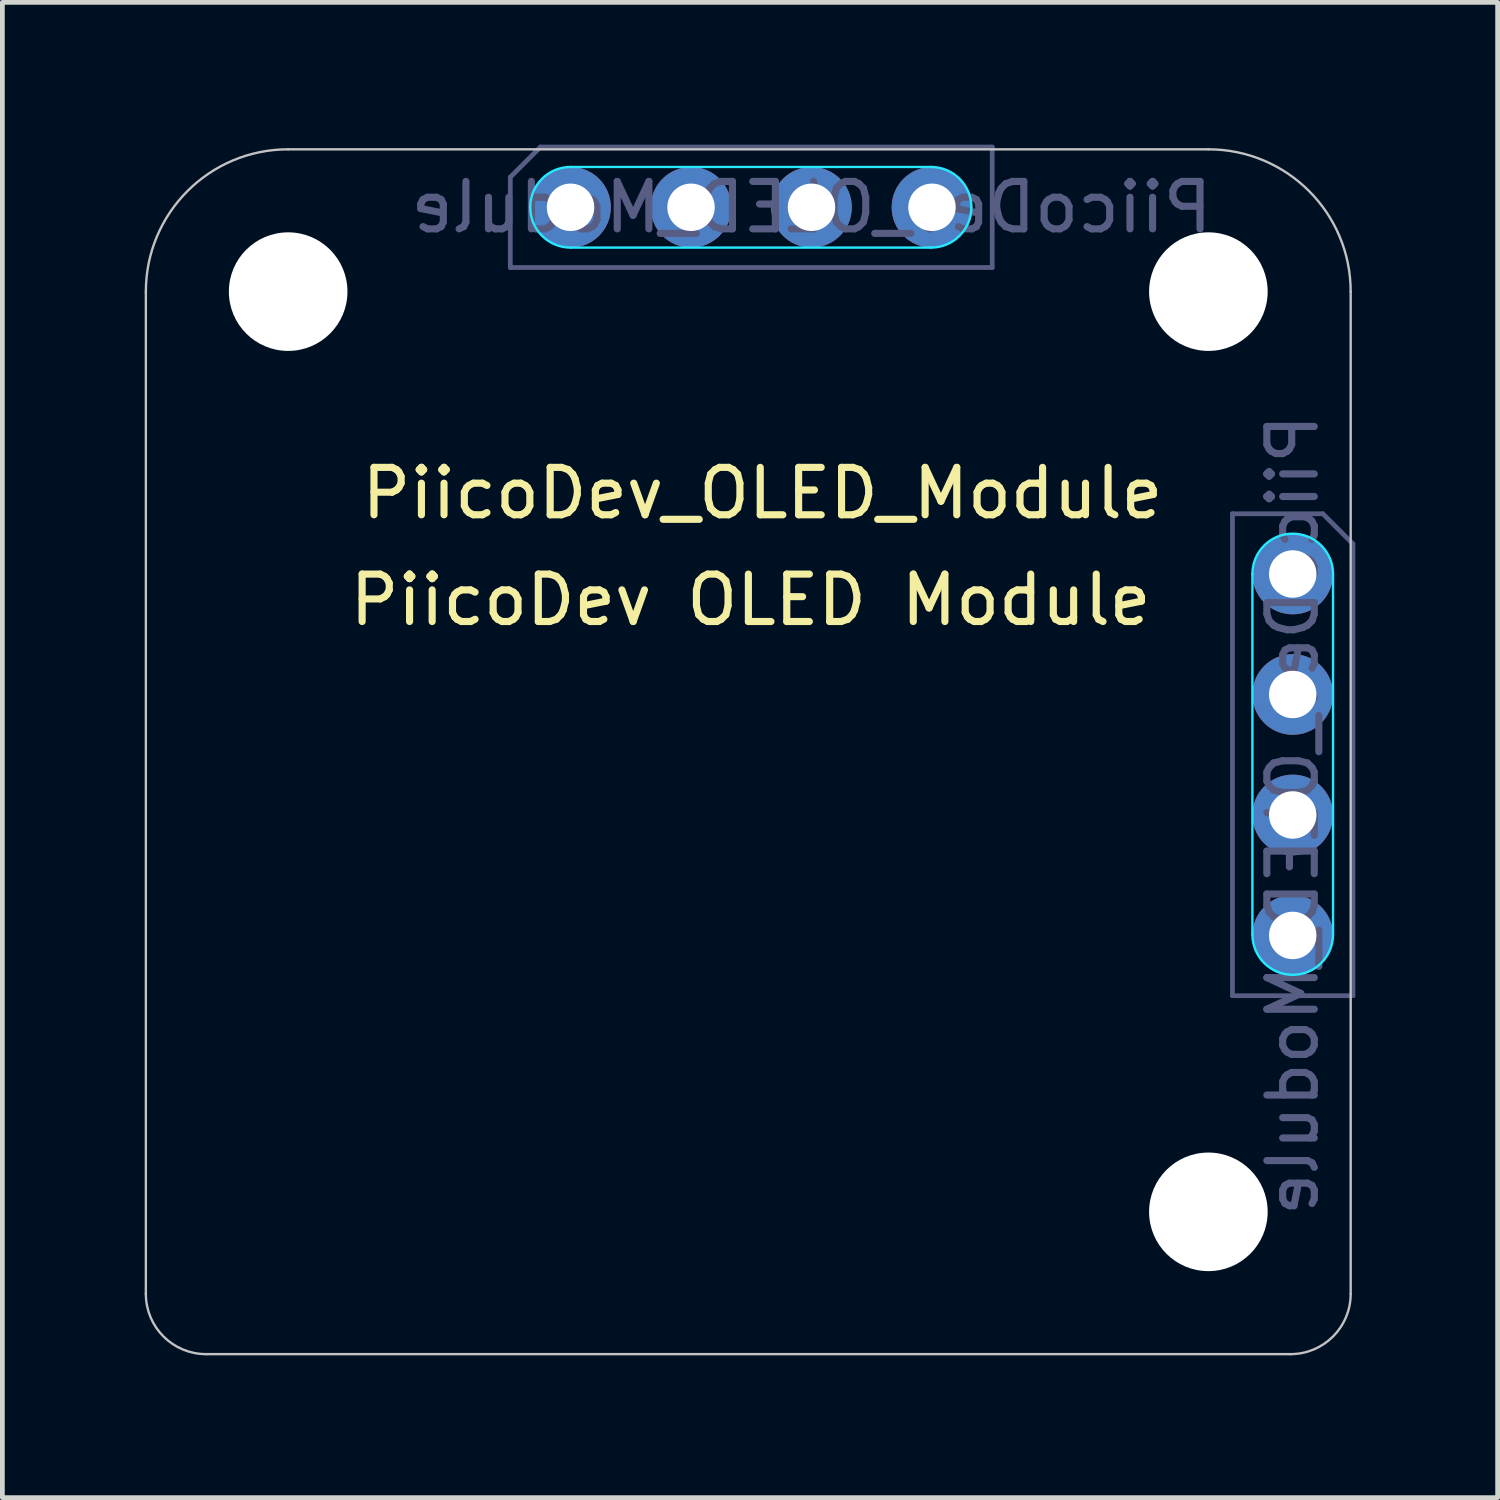
<source format=kicad_pcb>
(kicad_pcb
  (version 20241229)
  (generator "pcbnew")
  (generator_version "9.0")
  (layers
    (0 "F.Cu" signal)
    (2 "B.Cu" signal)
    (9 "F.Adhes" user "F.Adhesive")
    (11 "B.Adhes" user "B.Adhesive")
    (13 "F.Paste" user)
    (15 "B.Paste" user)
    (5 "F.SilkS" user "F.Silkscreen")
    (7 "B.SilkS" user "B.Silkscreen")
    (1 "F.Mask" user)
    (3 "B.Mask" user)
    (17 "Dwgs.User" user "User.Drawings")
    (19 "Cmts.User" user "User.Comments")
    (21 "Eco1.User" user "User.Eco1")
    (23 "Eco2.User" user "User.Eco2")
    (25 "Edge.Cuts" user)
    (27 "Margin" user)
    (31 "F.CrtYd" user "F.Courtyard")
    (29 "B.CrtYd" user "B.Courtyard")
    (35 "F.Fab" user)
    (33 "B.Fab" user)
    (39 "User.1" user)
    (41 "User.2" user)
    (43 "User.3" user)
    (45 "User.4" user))
  (footprint "PiicoDev_OLED_Module"
    (layer "F.Cu")
    (at 3.025 3.098)
    (property "Reference" "PiicoDev_OLED_Module" (at 10 4.25 0) (unlocked yes) (layer "F.SilkS") (effects (font (size 1 1) (thickness 0.15))))
    (attr through_hole)
    (fp_line (start -3 21.13) (end -3 -0.000001) (stroke (width 0.05) (type solid)) (layer "Dwgs.User"))
    (fp_line (start -0.000001 -3) (end 19.4 -3) (stroke (width 0.05) (type solid)) (layer "Dwgs.User"))
    (fp_line (start 21.13 22.4) (end -1.73 22.4) (stroke (width 0.05) (type solid)) (layer "Dwgs.User"))
    (fp_line (start 22.4 -0.000001) (end 22.4 21.13) (stroke (width 0.05) (type solid)) (layer "Dwgs.User"))
    (fp_arc (start -3.000001 -0.000001) (mid -2.121321 -2.121321) (end -0.000001 -3.000001) (stroke (width 0.05) (type solid)) (layer "Dwgs.User"))
    (fp_arc (start -1.730001 22.399999) (mid -2.628027 22.028025) (end -3.000001 21.129999) (stroke (width 0.05) (type solid)) (layer "Dwgs.User"))
    (fp_arc (start 19.399999 -3.000001) (mid 21.521319 -2.121321) (end 22.399999 -0.000001) (stroke (width 0.05) (type solid)) (layer "Dwgs.User"))
    (fp_arc (start 22.399999 21.129999) (mid 22.028025 22.028025) (end 21.129999 22.399999) (stroke (width 0.05) (type solid)) (layer "Dwgs.User"))
    (fp_line (start 5.953 -2.628) (end 13.553 -2.628) (stroke (width 0.05) (type solid)) (layer "B.CrtYd"))
    (fp_line (start 5.953 -0.928) (end 13.553 -0.928) (stroke (width 0.05) (type solid)) (layer "B.CrtYd"))
    (fp_line (start 20.328 5.953) (end 20.328 13.553) (stroke (width 0.05) (type solid)) (layer "B.CrtYd"))
    (fp_line (start 22.028 5.953) (end 22.028 13.553) (stroke (width 0.05) (type solid)) (layer "B.CrtYd"))
    (fp_arc (start 5.953 -0.928) (mid 5.103 -1.778) (end 5.953 -2.628) (stroke (width 0.05) (type solid)) (layer "B.CrtYd"))
    (fp_arc (start 13.553 -2.628) (mid 14.403 -1.778) (end 13.553 -0.928) (stroke (width 0.05) (type solid)) (layer "B.CrtYd"))
    (fp_arc (start 20.328 5.953) (mid 21.178 5.103) (end 22.028 5.953) (stroke (width 0.05) (type solid)) (layer "B.CrtYd"))
    (fp_arc (start 22.028 13.553) (mid 21.178 14.403) (end 20.328 13.553) (stroke (width 0.05) (type solid)) (layer "B.CrtYd"))
    (fp_line (start 4.683 -2.413) (end 4.683 -0.508) (stroke (width 0.1) (type solid)) (layer "B.Fab"))
    (fp_line (start 4.683 -0.508) (end 14.843 -0.508) (stroke (width 0.1) (type solid)) (layer "B.Fab"))
    (fp_line (start 5.318 -3.048) (end 4.683 -2.413) (stroke (width 0.1) (type solid)) (layer "B.Fab"))
    (fp_line (start 14.843 -3.048) (end 5.318 -3.048) (stroke (width 0.1) (type solid)) (layer "B.Fab"))
    (fp_line (start 14.843 -0.508) (end 14.843 -3.048) (stroke (width 0.1) (type solid)) (layer "B.Fab"))
    (fp_line (start 19.908 4.683) (end 19.908 14.843) (stroke (width 0.1) (type solid)) (layer "B.Fab"))
    (fp_line (start 19.908 14.843) (end 22.448 14.843) (stroke (width 0.1) (type solid)) (layer "B.Fab"))
    (fp_line (start 21.813 4.683) (end 19.908 4.683) (stroke (width 0.1) (type solid)) (layer "B.Fab"))
    (fp_line (start 22.448 5.318) (end 21.813 4.683) (stroke (width 0.1) (type solid)) (layer "B.Fab"))
    (fp_line (start 22.448 14.843) (end 22.448 5.318) (stroke (width 0.1) (type solid)) (layer "B.Fab"))
    (fp_text user "PiicoDev OLED Module" (at 9.75 6.5 0) (unlocked yes) (layer "F.SilkS") (effects (font (size 1 1) (thickness 0.15))))
    (fp_text user "${REFERENCE}" (at 11.033 -1.778 180) (layer "B.Fab") (effects (font (size 1 1) (thickness 0.15)) (justify mirror)))
    (fp_text user "${REFERENCE}" (at 21.178 11.033 90) (layer "B.Fab") (effects (font (size 1 1) (thickness 0.15)) (justify mirror)))
    (pad "" np_thru_hole circle (at 0 0) (size 2.5 2.5) (drill 2.5) (layers "*.Cu" "*.Mask"))
    (pad "" np_thru_hole circle (at 19.4 0 270) (size 2.5 2.5) (drill 2.5) (layers "*.Cu" "*.Mask"))
    (pad "" np_thru_hole circle (at 19.4 19.4 270) (size 2.5 2.5) (drill 2.5) (layers "*.Cu" "*.Mask"))
    (pad "1" thru_hole circle (at 5.953 -1.778 270) (size 1.7 1.7) (drill 1) (layers "*.Cu" "*.Mask"))
    (pad "1" thru_hole circle (at 21.178 5.953 180) (size 1.7 1.7) (drill 1) (layers "*.Cu" "*.Mask"))
    (pad "2" thru_hole oval (at 8.493 -1.778 270) (size 1.7 1.7) (drill 1) (layers "*.Cu" "*.Mask"))
    (pad "2" thru_hole oval (at 21.178 8.493 180) (size 1.7 1.7) (drill 1) (layers "*.Cu" "*.Mask"))
    (pad "3" thru_hole oval (at 11.033 -1.778 270) (size 1.7 1.7) (drill 1) (layers "*.Cu" "*.Mask"))
    (pad "3" thru_hole oval (at 21.178 11.033 180) (size 1.7 1.7) (drill 1) (layers "*.Cu" "*.Mask"))
    (pad "4" thru_hole oval (at 13.573 -1.778 270) (size 1.7 1.7) (drill 1) (layers "*.Cu" "*.Mask"))
    (pad "4" thru_hole oval (at 21.178 13.573 180) (size 1.7 1.7) (drill 1) (layers "*.Cu" "*.Mask")))
  (gr_rect
    (start -3 -3)
    (end 28.523 28.523)
    (stroke (width 0.1) (type default))
    (fill no)
    (layer "Edge.Cuts")))
</source>
